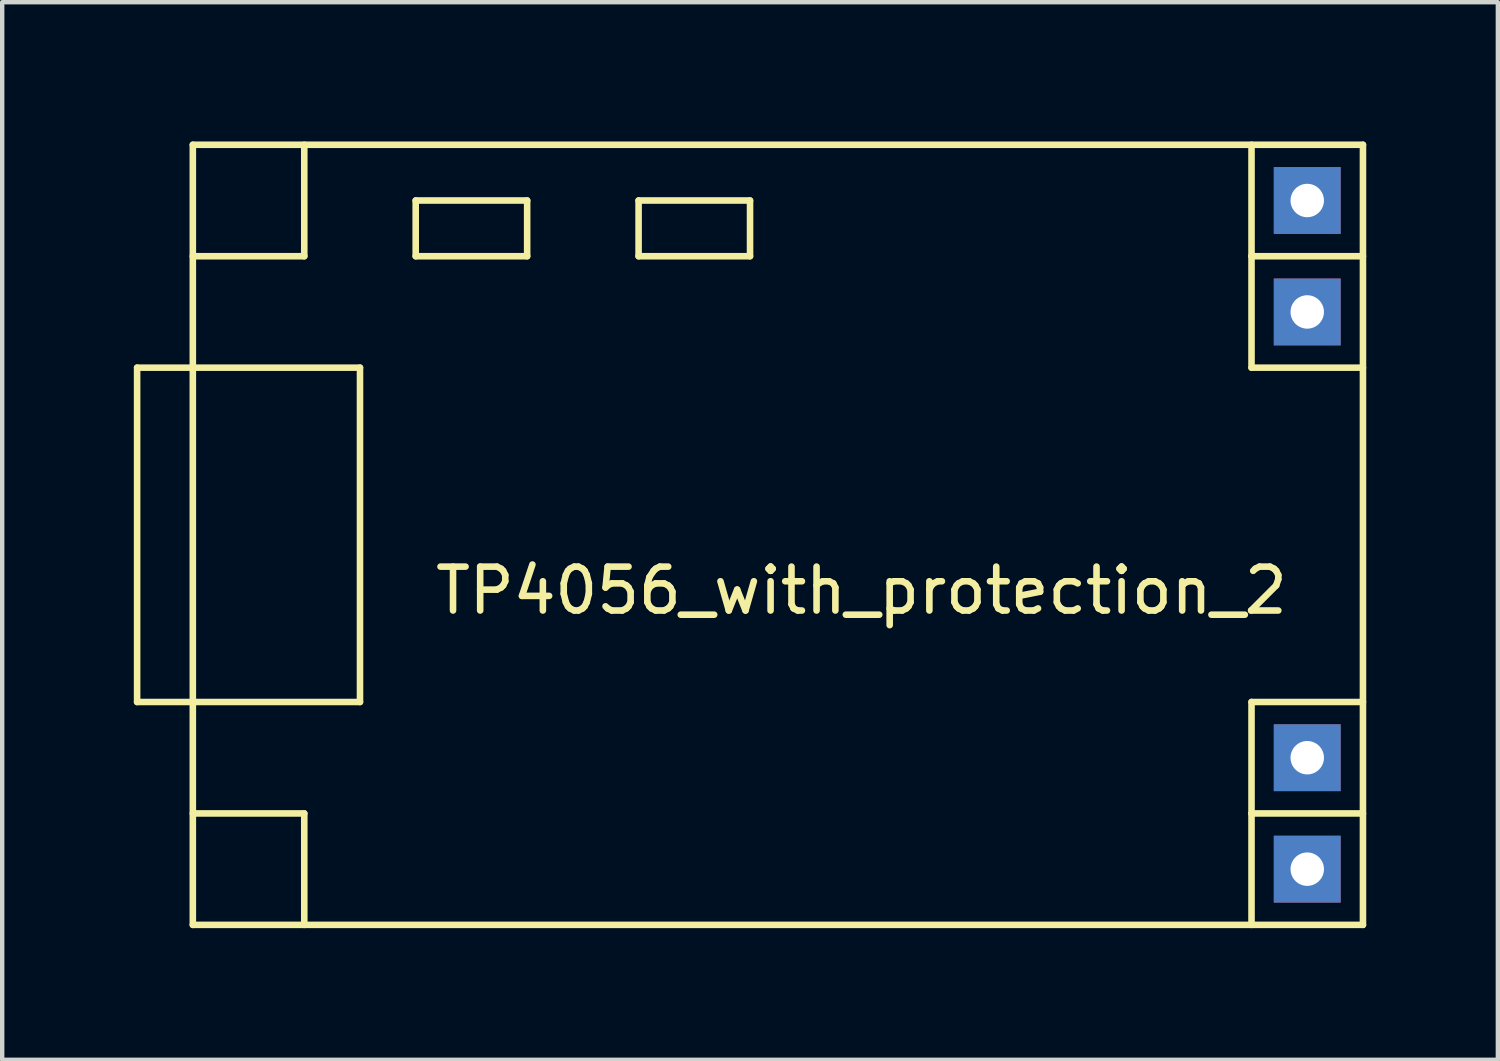
<source format=kicad_pcb>
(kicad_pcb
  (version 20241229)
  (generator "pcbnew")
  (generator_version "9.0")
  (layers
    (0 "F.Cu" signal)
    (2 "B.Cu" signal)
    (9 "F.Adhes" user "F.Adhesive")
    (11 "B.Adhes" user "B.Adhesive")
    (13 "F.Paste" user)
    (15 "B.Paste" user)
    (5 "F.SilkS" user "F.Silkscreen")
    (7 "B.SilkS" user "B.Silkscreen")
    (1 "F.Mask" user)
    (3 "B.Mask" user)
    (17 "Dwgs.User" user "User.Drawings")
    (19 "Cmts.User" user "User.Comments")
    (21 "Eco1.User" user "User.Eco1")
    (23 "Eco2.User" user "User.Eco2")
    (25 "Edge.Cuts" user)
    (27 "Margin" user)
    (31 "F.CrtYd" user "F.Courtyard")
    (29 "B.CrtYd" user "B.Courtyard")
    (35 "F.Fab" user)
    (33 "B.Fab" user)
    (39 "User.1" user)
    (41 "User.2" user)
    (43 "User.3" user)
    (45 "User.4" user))
  (footprint "TP4056_with_protection_2"
    (layer "F.Cu")
    (at 1.345 0.25)
    (property "Reference" "TP4056_with_protection_2" (at 15.24 10.16 0) (layer "F.SilkS") (effects (font (size 1 1) (thickness 0.15))))
    (attr through_hole)
    (fp_line (start -1.27 5.08) (end 3.81 5.08) (stroke (width 0.15) (type solid)) (layer "F.SilkS"))
    (fp_line (start -1.27 12.7) (end -1.27 5.08) (stroke (width 0.15) (type solid)) (layer "F.SilkS"))
    (fp_line (start 0 0) (end 26.67 0) (stroke (width 0.15) (type solid)) (layer "F.SilkS"))
    (fp_line (start 0 2.54) (end 2.54 2.54) (stroke (width 0.15) (type solid)) (layer "F.SilkS"))
    (fp_line (start 0 15.24) (end 2.54 15.24) (stroke (width 0.15) (type solid)) (layer "F.SilkS"))
    (fp_line (start 0 17.78) (end 0 0) (stroke (width 0.15) (type solid)) (layer "F.SilkS"))
    (fp_line (start 2.54 2.54) (end 2.54 0) (stroke (width 0.15) (type solid)) (layer "F.SilkS"))
    (fp_line (start 2.54 15.24) (end 2.54 17.78) (stroke (width 0.15) (type solid)) (layer "F.SilkS"))
    (fp_line (start 3.81 5.08) (end 3.81 12.7) (stroke (width 0.15) (type solid)) (layer "F.SilkS"))
    (fp_line (start 3.81 12.7) (end -1.27 12.7) (stroke (width 0.15) (type solid)) (layer "F.SilkS"))
    (fp_line (start 5.08 1.27) (end 7.62 1.27) (stroke (width 0.15) (type solid)) (layer "F.SilkS"))
    (fp_line (start 5.08 2.54) (end 5.08 1.27) (stroke (width 0.15) (type solid)) (layer "F.SilkS"))
    (fp_line (start 7.62 1.27) (end 7.62 2.54) (stroke (width 0.15) (type solid)) (layer "F.SilkS"))
    (fp_line (start 7.62 2.54) (end 5.08 2.54) (stroke (width 0.15) (type solid)) (layer "F.SilkS"))
    (fp_line (start 10.16 1.27) (end 12.7 1.27) (stroke (width 0.15) (type solid)) (layer "F.SilkS"))
    (fp_line (start 10.16 2.54) (end 10.16 1.27) (stroke (width 0.15) (type solid)) (layer "F.SilkS"))
    (fp_line (start 12.7 1.27) (end 12.7 2.54) (stroke (width 0.15) (type solid)) (layer "F.SilkS"))
    (fp_line (start 12.7 2.54) (end 10.16 2.54) (stroke (width 0.15) (type solid)) (layer "F.SilkS"))
    (fp_line (start 24.13 0) (end 24.13 2.54) (stroke (width 0.15) (type solid)) (layer "F.SilkS"))
    (fp_line (start 24.13 2.54) (end 24.13 5.08) (stroke (width 0.15) (type solid)) (layer "F.SilkS"))
    (fp_line (start 24.13 2.54) (end 26.67 2.54) (stroke (width 0.15) (type solid)) (layer "F.SilkS"))
    (fp_line (start 24.13 5.08) (end 26.67 5.08) (stroke (width 0.15) (type solid)) (layer "F.SilkS"))
    (fp_line (start 24.13 12.7) (end 24.13 15.24) (stroke (width 0.15) (type solid)) (layer "F.SilkS"))
    (fp_line (start 24.13 15.24) (end 24.13 17.78) (stroke (width 0.15) (type solid)) (layer "F.SilkS"))
    (fp_line (start 24.13 15.24) (end 26.67 15.24) (stroke (width 0.15) (type solid)) (layer "F.SilkS"))
    (fp_line (start 26.67 0) (end 26.67 17.78) (stroke (width 0.15) (type solid)) (layer "F.SilkS"))
    (fp_line (start 26.67 12.7) (end 24.13 12.7) (stroke (width 0.15) (type solid)) (layer "F.SilkS"))
    (fp_line (start 26.67 17.78) (end 0 17.78) (stroke (width 0.15) (type solid)) (layer "F.SilkS"))
    (pad "1" thru_hole rect (at 25.4 1.27) (size 1.524 1.524) (drill 0.762) (layers "*.Cu" "*.Mask"))
    (pad "2" thru_hole rect (at 25.4 3.81) (size 1.524 1.524) (drill 0.762) (layers "*.Cu" "*.Mask"))
    (pad "3" thru_hole rect (at 25.4 13.97) (size 1.524 1.524) (drill 0.762) (layers "*.Cu" "*.Mask"))
    (pad "4" thru_hole rect (at 25.4 16.51) (size 1.524 1.524) (drill 0.762) (layers "*.Cu" "*.Mask")))
  (gr_rect
    (start -3 -3)
    (end 31.09 21.105)
    (stroke (width 0.1) (type default))
    (fill no)
    (layer "Edge.Cuts")))
</source>
